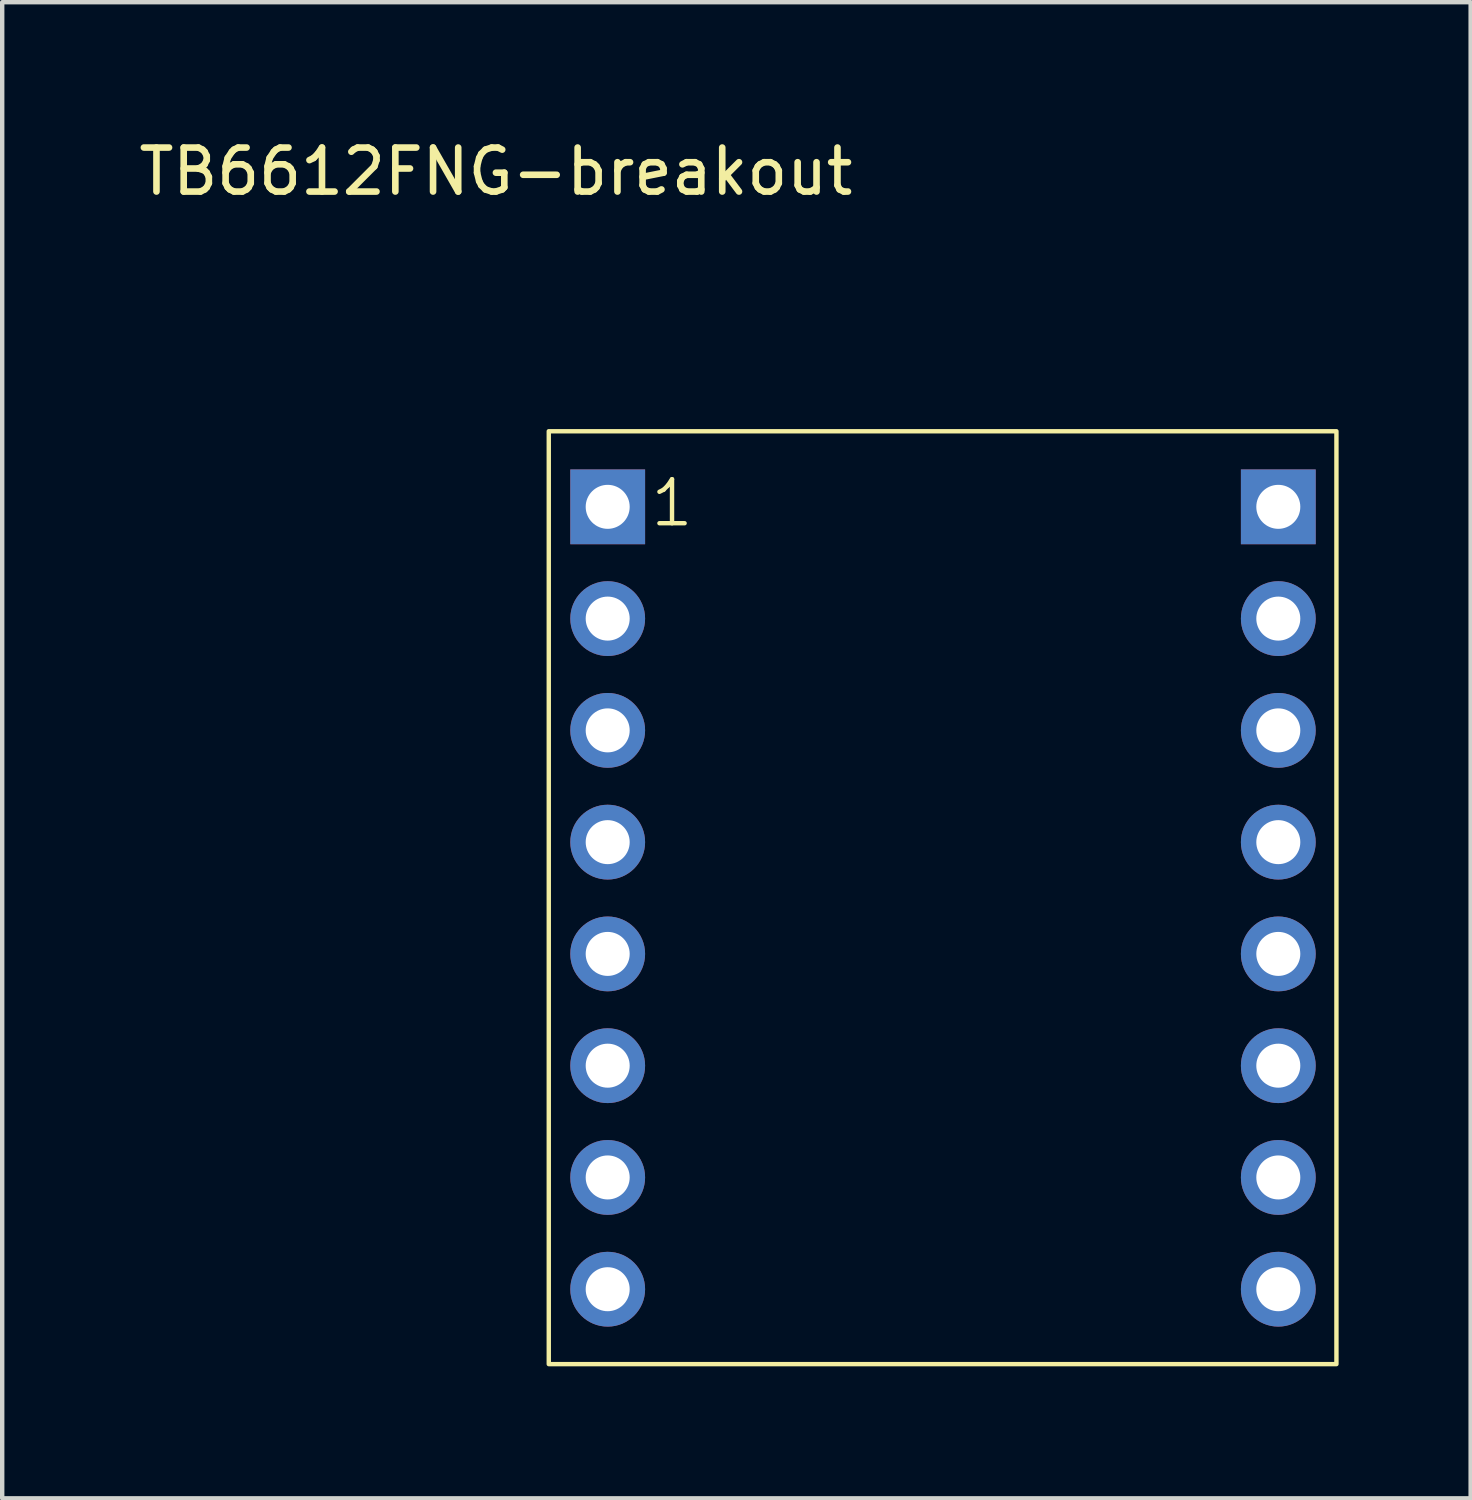
<source format=kicad_pcb>
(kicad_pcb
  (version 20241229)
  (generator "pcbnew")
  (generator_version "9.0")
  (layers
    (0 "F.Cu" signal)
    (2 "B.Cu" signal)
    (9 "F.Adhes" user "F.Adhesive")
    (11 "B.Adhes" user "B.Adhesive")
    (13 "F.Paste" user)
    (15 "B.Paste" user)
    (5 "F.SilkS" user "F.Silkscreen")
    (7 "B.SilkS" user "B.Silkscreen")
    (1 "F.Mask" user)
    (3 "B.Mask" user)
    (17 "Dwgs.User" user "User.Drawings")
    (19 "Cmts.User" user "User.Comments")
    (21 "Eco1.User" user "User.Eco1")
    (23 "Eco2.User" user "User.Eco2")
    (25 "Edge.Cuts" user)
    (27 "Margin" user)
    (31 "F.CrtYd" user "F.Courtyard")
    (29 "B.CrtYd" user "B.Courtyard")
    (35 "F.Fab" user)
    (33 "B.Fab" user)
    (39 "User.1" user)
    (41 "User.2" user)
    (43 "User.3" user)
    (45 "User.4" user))
  (footprint "TB6612FNG-breakout"
    (layer "F.Cu")
    (at 5.68 8.468)
    (property "Reference" "TB6612FNG-breakout" (at 2.54 -7.62 0) (layer "F.SilkS") (effects (font (size 1 1) (thickness 0.15))))
    (attr through_hole)
    (fp_rect (start 3.741 -1.718) (end 21.641 19.482) (stroke (width 0.1) (type default)) (fill no) (layer "F.SilkS"))
    (fp_text user "1" (at 6 0.5 0) (unlocked yes) (layer "F.SilkS") (effects (font (size 1 1) (thickness 0.1)) (justify left bottom)))
    (pad "1" thru_hole rect (at 5.08 0) (size 1.7 1.7) (drill 1) (layers "*.Cu" "*.Mask"))
    (pad "2" thru_hole circle (at 5.08 2.54) (size 1.7 1.7) (drill 1) (layers "*.Cu" "*.Mask"))
    (pad "3" thru_hole circle (at 5.08 5.08) (size 1.7 1.7) (drill 1) (layers "*.Cu" "*.Mask"))
    (pad "4" thru_hole circle (at 5.08 7.62) (size 1.7 1.7) (drill 1) (layers "*.Cu" "*.Mask"))
    (pad "5" thru_hole circle (at 5.08 10.16) (size 1.7 1.7) (drill 1) (layers "*.Cu" "*.Mask"))
    (pad "6" thru_hole circle (at 5.08 12.7) (size 1.7 1.7) (drill 1) (layers "*.Cu" "*.Mask"))
    (pad "7" thru_hole circle (at 5.08 15.24) (size 1.7 1.7) (drill 1) (layers "*.Cu" "*.Mask"))
    (pad "8" thru_hole circle (at 5.08 17.78) (size 1.7 1.7) (drill 1) (layers "*.Cu" "*.Mask"))
    (pad "9" thru_hole circle (at 20.32 17.78) (size 1.7 1.7) (drill 1) (layers "*.Cu" "*.Mask"))
    (pad "10" thru_hole circle (at 20.32 15.24) (size 1.7 1.7) (drill 1) (layers "*.Cu" "*.Mask"))
    (pad "11" thru_hole circle (at 20.32 12.7) (size 1.7 1.7) (drill 1) (layers "*.Cu" "*.Mask"))
    (pad "12" thru_hole circle (at 20.32 10.16) (size 1.7 1.7) (drill 1) (layers "*.Cu" "*.Mask"))
    (pad "13" thru_hole circle (at 20.32 7.62) (size 1.7 1.7) (drill 1) (layers "*.Cu" "*.Mask"))
    (pad "14" thru_hole circle (at 20.32 5.08) (size 1.7 1.7) (drill 1) (layers "*.Cu" "*.Mask"))
    (pad "15" thru_hole circle (at 20.32 2.54) (size 1.7 1.7) (drill 1) (layers "*.Cu" "*.Mask"))
    (pad "16" thru_hole rect (at 20.32 0) (size 1.7 1.7) (drill 1) (layers "*.Cu" "*.Mask")))
  (gr_rect
    (start -3 -3)
    (end 30.371 31)
    (stroke (width 0.1) (type default))
    (fill no)
    (layer "Edge.Cuts")))
</source>
